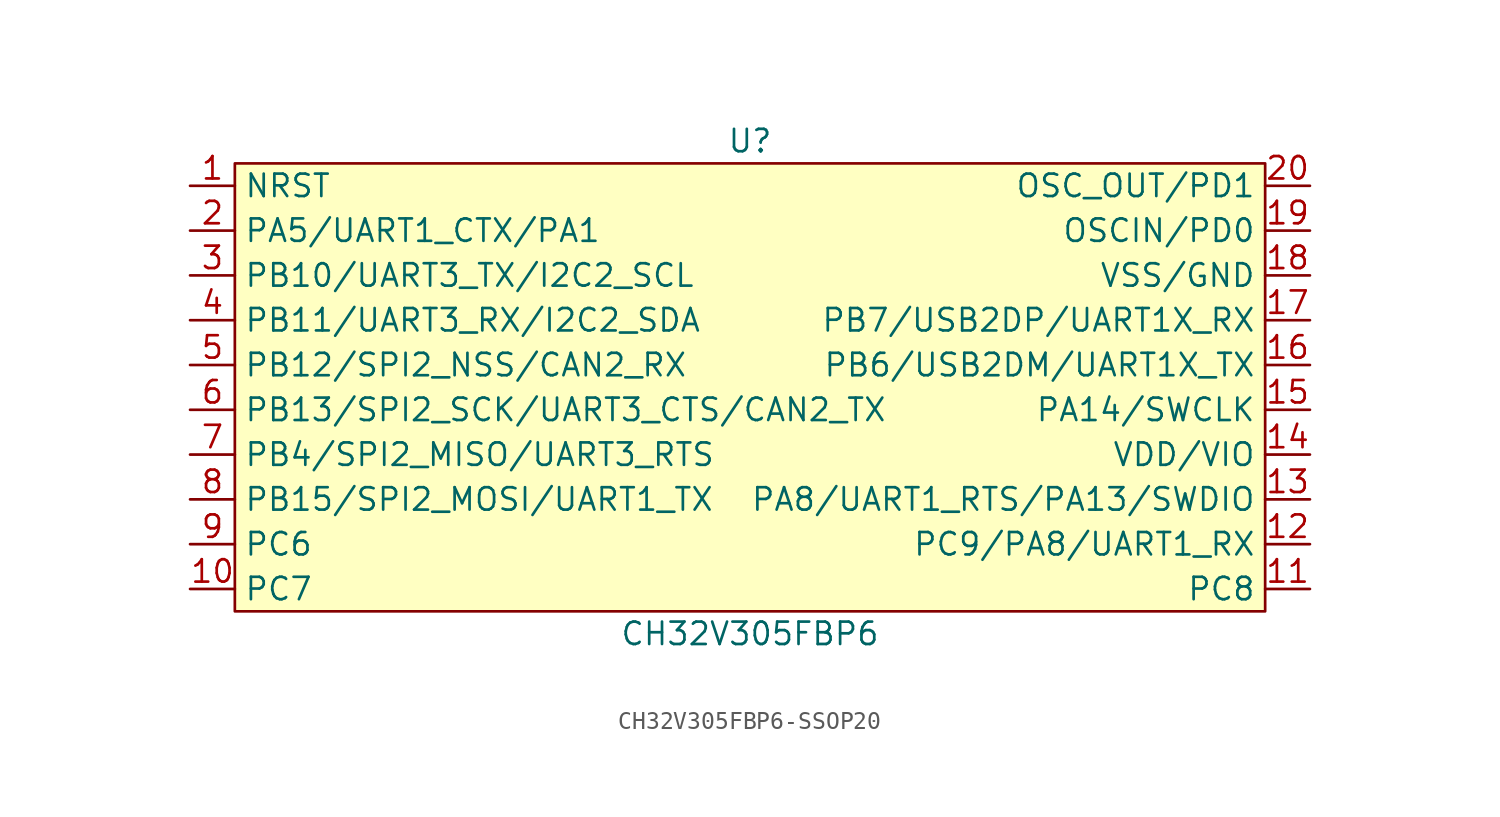
<source format=kicad_sym>
(kicad_symbol_lib
  (version 20241209)
  (generator "kicad_symbol_editor")
  (generator_version "9.0")
  (symbol "CH32V305FBP6-SSOP20"
    (property "Reference" "U"
      (at 0 13.97 0)
      (effects (font (size 1.27 1.27))))
    (property "Value" "CH32V305FBP6"
      (at 0 -13.97 0)
      (effects (font (size 1.27 1.27))))
    (symbol "CH32V305FBP6-SSOP20_1_1"
      (rectangle (start -29.21 12.7) (end 29.21 -12.7) (stroke (width 0) (type default)) (fill (type background)))
      (pin bidirectional line (at -31.75 11.43 0) (length 2.54) (name "NRST" (effects (font (size 1.27 1.27)))) (number "1" (effects (font (size 1.27 1.27)))))
      (pin bidirectional line (at -31.75 8.89 0) (length 2.54) (name "PA5/UART1_CTX/PA1" (effects (font (size 1.27 1.27)))) (number "2" (effects (font (size 1.27 1.27)))))
      (pin bidirectional line (at -31.75 6.35 0) (length 2.54) (name "PB10/UART3_TX/I2C2_SCL" (effects (font (size 1.27 1.27)))) (number "3" (effects (font (size 1.27 1.27)))))
      (pin bidirectional line (at -31.75 3.81 0) (length 2.54) (name "PB11/UART3_RX/I2C2_SDA" (effects (font (size 1.27 1.27)))) (number "4" (effects (font (size 1.27 1.27)))))
      (pin bidirectional line (at -31.75 1.27 0) (length 2.54) (name "PB12/SPI2_NSS/CAN2_RX" (effects (font (size 1.27 1.27)))) (number "5" (effects (font (size 1.27 1.27)))))
      (pin bidirectional line (at -31.75 -1.27 0) (length 2.54) (name "PB13/SPI2_SCK/UART3_CTS/CAN2_TX" (effects (font (size 1.27 1.27)))) (number "6" (effects (font (size 1.27 1.27)))))
      (pin bidirectional line (at -31.75 -3.81 0) (length 2.54) (name "PB4/SPI2_MISO/UART3_RTS" (effects (font (size 1.27 1.27)))) (number "7" (effects (font (size 1.27 1.27)))))
      (pin bidirectional line (at -31.75 -6.35 0) (length 2.54) (name "PB15/SPI2_MOSI/UART1_TX" (effects (font (size 1.27 1.27)))) (number "8" (effects (font (size 1.27 1.27)))))
      (pin bidirectional line (at -31.75 -8.89 0) (length 2.54) (name "PC6" (effects (font (size 1.27 1.27)))) (number "9" (effects (font (size 1.27 1.27)))))
      (pin bidirectional line (at -31.75 -11.43 0) (length 2.54) (name "PC7" (effects (font (size 1.27 1.27)))) (number "10" (effects (font (size 1.27 1.27)))))
      (pin bidirectional line (at 31.75 11.43 180) (length 2.54) (name "OSC_OUT/PD1" (effects (font (size 1.27 1.27)))) (number "20" (effects (font (size 1.27 1.27)))))
      (pin bidirectional line (at 31.75 8.89 180) (length 2.54) (name "OSCIN/PD0" (effects (font (size 1.27 1.27)))) (number "19" (effects (font (size 1.27 1.27)))))
      (pin bidirectional line (at 31.75 6.35 180) (length 2.54) (name "VSS/GND" (effects (font (size 1.27 1.27)))) (number "18" (effects (font (size 1.27 1.27)))))
      (pin bidirectional line (at 31.75 3.81 180) (length 2.54) (name "PB7/USB2DP/UART1X_RX" (effects (font (size 1.27 1.27)))) (number "17" (effects (font (size 1.27 1.27)))))
      (pin bidirectional line (at 31.75 1.27 180) (length 2.54) (name "PB6/USB2DM/UART1X_TX" (effects (font (size 1.27 1.27)))) (number "16" (effects (font (size 1.27 1.27)))))
      (pin bidirectional line (at 31.75 -1.27 180) (length 2.54) (name "PA14/SWCLK" (effects (font (size 1.27 1.27)))) (number "15" (effects (font (size 1.27 1.27)))))
      (pin bidirectional line (at 31.75 -3.81 180) (length 2.54) (name "VDD/VIO" (effects (font (size 1.27 1.27)))) (number "14" (effects (font (size 1.27 1.27)))))
      (pin bidirectional line (at 31.75 -6.35 180) (length 2.54) (name "PA8/UART1_RTS/PA13/SWDIO" (effects (font (size 1.27 1.27)))) (number "13" (effects (font (size 1.27 1.27)))))
      (pin bidirectional line (at 31.75 -8.89 180) (length 2.54) (name "PC9/PA8/UART1_RX" (effects (font (size 1.27 1.27)))) (number "12" (effects (font (size 1.27 1.27)))))
      (pin bidirectional line (at 31.75 -11.43 180) (length 2.54) (name "PC8" (effects (font (size 1.27 1.27)))) (number "11" (effects (font (size 1.27 1.27))))))))
</source>
